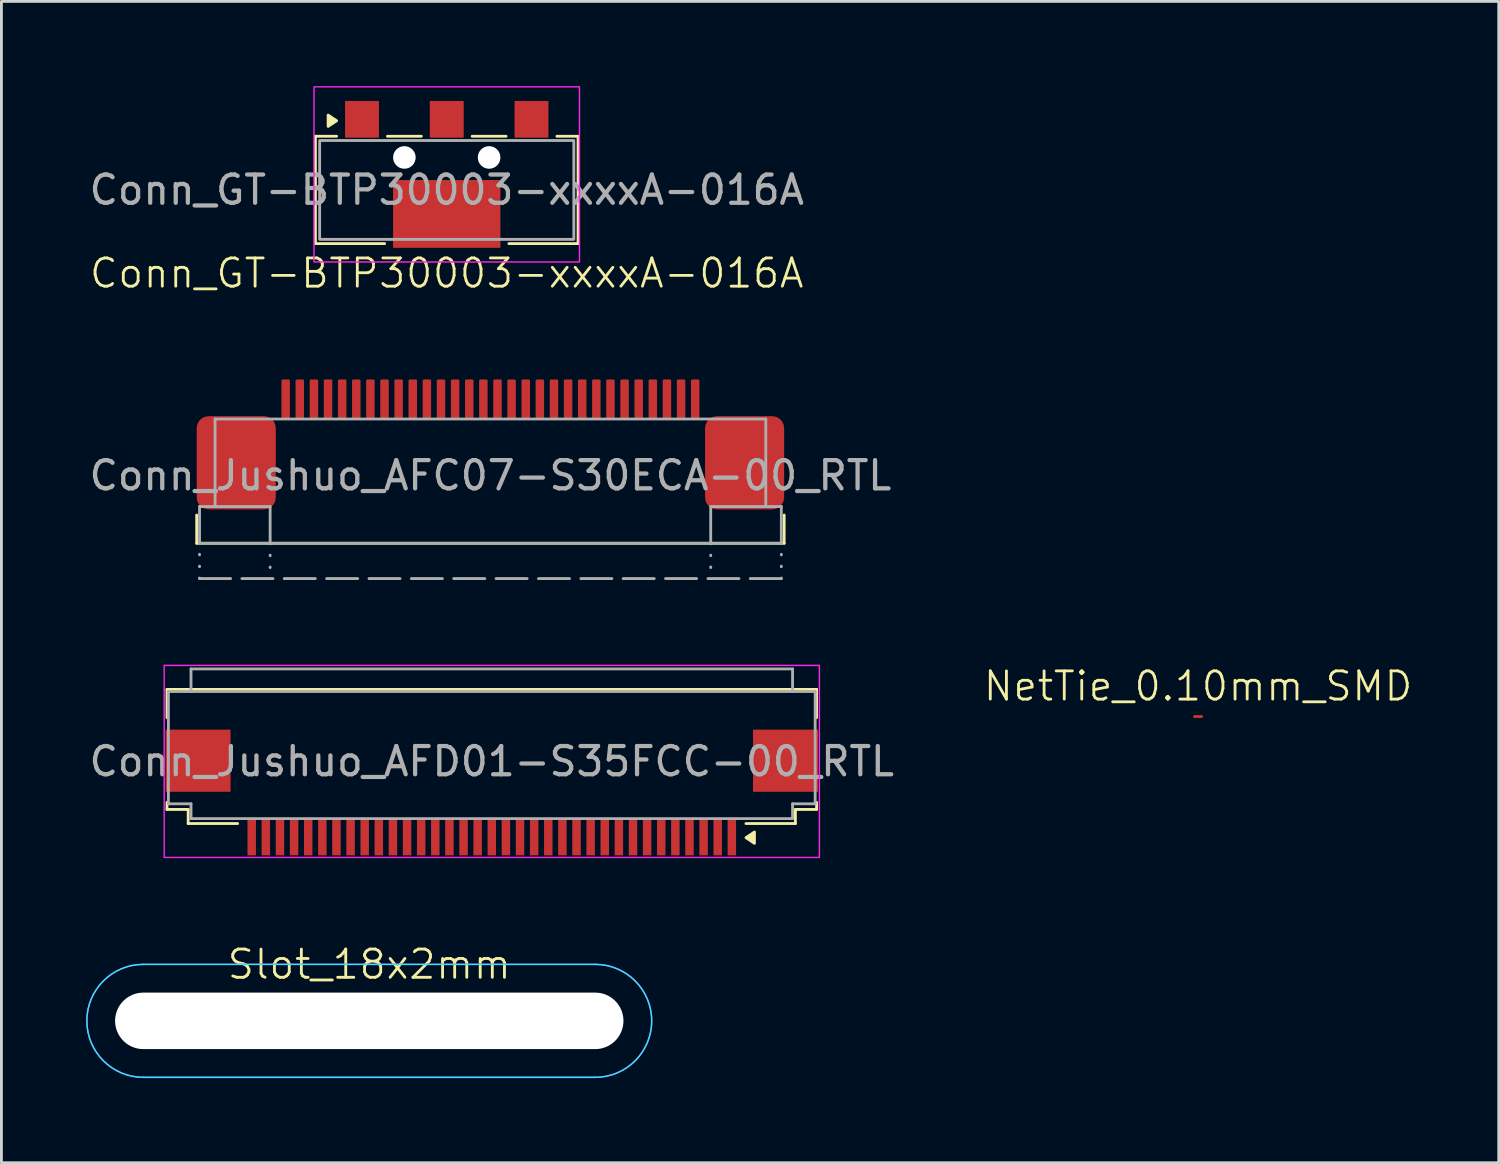
<source format=kicad_pcb>
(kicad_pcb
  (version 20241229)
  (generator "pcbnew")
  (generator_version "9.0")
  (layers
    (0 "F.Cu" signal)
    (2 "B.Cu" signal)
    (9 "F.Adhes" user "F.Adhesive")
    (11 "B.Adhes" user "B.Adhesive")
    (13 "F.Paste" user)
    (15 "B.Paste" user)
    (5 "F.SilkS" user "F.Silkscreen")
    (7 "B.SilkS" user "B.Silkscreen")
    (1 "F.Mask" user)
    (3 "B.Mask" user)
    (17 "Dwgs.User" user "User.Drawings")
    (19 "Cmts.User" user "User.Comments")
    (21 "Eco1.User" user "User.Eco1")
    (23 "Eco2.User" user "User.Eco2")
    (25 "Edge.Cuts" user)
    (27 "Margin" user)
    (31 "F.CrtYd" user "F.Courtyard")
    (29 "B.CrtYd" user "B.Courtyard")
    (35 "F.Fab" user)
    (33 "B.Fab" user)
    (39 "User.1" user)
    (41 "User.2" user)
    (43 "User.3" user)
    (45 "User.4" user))
  (footprint "Slot_18x2mm"
    (layer "F.Cu")
    (at 10.025 33.096)
    (property "Reference" "Slot_18x2mm" (at 0 -2 0) (unlocked yes) (layer "F.SilkS") (effects (font (size 1 1) (thickness 0.1))))
    (attr through_hole)
    (fp_line (start -8 -2) (end 8 -2) (stroke (width 0.05) (type solid)) (layer "B.CrtYd"))
    (fp_line (start 8 2) (end -8 2) (stroke (width 0.05) (type solid)) (layer "B.CrtYd"))
    (fp_arc (start -8 2) (mid -10 0) (end -8 -2) (stroke (width 0.05) (type solid)) (layer "B.CrtYd"))
    (fp_arc (start 8 -2) (mid 10 0) (end 8 2) (stroke (width 0.05) (type solid)) (layer "B.CrtYd"))
    (fp_line (start -8 -2) (end 8 -2) (stroke (width 0.05) (type default)) (layer "F.CrtYd"))
    (fp_line (start 8 2) (end -8 2) (stroke (width 0.05) (type default)) (layer "F.CrtYd"))
    (fp_arc (start -8 2) (mid -10 0) (end -8 -2) (stroke (width 0.05) (type default)) (layer "F.CrtYd"))
    (fp_arc (start 8 -2) (mid 10 0) (end 8 2) (stroke (width 0.05) (type default)) (layer "F.CrtYd"))
    (fp_text user "${REFERENCE}" (at 0 0 0) (unlocked yes) (layer "F.Fab") (effects (font (size 1 1) (thickness 0.15))))
    (pad "" np_thru_hole oval (at 0 0) (size 18 2) (drill oval 18 2) (layers "*.Cu" "*.Mask")))
  (footprint "Conn_GT-BTP30003-xxxxA-016A"
    (layer "F.Cu")
    (at 12.768 2.525)
    (property "Reference" "Conn_GT-BTP30003-xxxxA-016A" (at 0 4.1 0) (unlocked yes) (layer "F.SilkS") (effects (font (size 1 1) (thickness 0.1))))
    (attr smd)
    (fp_line (start -4.65 -0.75) (end -4.65 3.05) (stroke (width 0.1) (type default)) (layer "F.SilkS"))
    (fp_line (start -4.65 -0.75) (end -3.9 -0.75) (stroke (width 0.1) (type default)) (layer "F.SilkS"))
    (fp_line (start -4.65 3.05) (end -2.2 3.05) (stroke (width 0.1) (type default)) (layer "F.SilkS"))
    (fp_line (start -2.1 -0.75) (end -0.9 -0.75) (stroke (width 0.1) (type default)) (layer "F.SilkS"))
    (fp_line (start 0.9 -0.75) (end 2.1 -0.75) (stroke (width 0.1) (type default)) (layer "F.SilkS"))
    (fp_line (start 2.2 3.05) (end 4.65 3.05) (stroke (width 0.1) (type default)) (layer "F.SilkS"))
    (fp_line (start 3.9 -0.75) (end 4.65 -0.75) (stroke (width 0.1) (type default)) (layer "F.SilkS"))
    (fp_line (start 4.65 3.05) (end 4.65 -0.75) (stroke (width 0.1) (type default)) (layer "F.SilkS"))
    (fp_poly (pts (xy -4.2 -1.5) (xy -4.2 -1.1) (xy -3.9 -1.3)) (stroke (width 0.1) (type solid)) (fill yes) (layer "F.SilkS"))
    (fp_rect (start -4.7 -2.5) (end 4.7 3.7) (stroke (width 0.05) (type default)) (fill no) (layer "F.CrtYd"))
    (fp_rect (start -4.5 -0.6) (end 4.5 2.9) (stroke (width 0.1) (type default)) (fill no) (layer "F.Fab"))
    (fp_text user "${REFERENCE}" (at 0 1.15 0) (unlocked yes) (layer "F.Fab") (effects (font (size 1 1) (thickness 0.15))))
    (pad "" np_thru_hole circle (at -1.5 0) (size 0.8 0.8) (drill 0.8) (layers "*.Cu" "*.Mask"))
    (pad "" np_thru_hole circle (at 1.5 0) (size 0.8 0.8) (drill 0.8) (layers "*.Cu" "*.Mask"))
    (pad "1" smd rect (at -3 -1.35) (size 1.2 1.3) (layers "F.Cu" "F.Mask" "F.Paste"))
    (pad "2" smd rect (at 0 -1.35) (size 1.2 1.3) (layers "F.Cu" "F.Mask" "F.Paste"))
    (pad "3" smd rect (at 3 -1.35) (size 1.2 1.3) (layers "F.Cu" "F.Mask" "F.Paste"))
    (pad "MP" smd rect (at 0 2) (size 3.8 2.4) (layers "F.Cu" "F.Mask" "F.Paste")))
  (footprint "NetTie_0.10mm_SMD"
    (layer "F.Cu")
    (at 39.371 22.321)
    (property "Reference" "NetTie_0.10mm_SMD" (at 0 -1.075 0) (unlocked yes) (layer "F.SilkS") (effects (font (size 1 1) (thickness 0.1))))
    (attr smd exclude_from_bom allow_missing_courtyard)
    (fp_rect (start -0.125 -0.05) (end 0.125 0.05) (stroke (width 0) (type solid)) (fill yes) (layer "F.Cu"))
    (pad "1" smd circle (at -0.125 0) (size 0.1 0.1) (layers "F.Cu"))
    (pad "2" smd circle (at 0.125 0) (size 0.1 0.1) (layers "F.Cu")))
  (footprint "Conn_Jushuo_AFC07-S30ECA-00_RTL"
    (layer "F.Cu")
    (at 14.315 11.786)
    (property "Reference" "Conn_Jushuo_AFC07-S30ECA-00_RTL" (at 0 2 0) (unlocked yes) (layer "F.SilkS") (effects (font (size 1 1) (thickness 0.1))))
    (attr smd)
    (fp_line (start -10.4 3.4) (end -10.4 4.4) (stroke (width 0.1) (type default)) (layer "F.SilkS"))
    (fp_line (start -10.4 4.4) (end 10.4 4.4) (stroke (width 0.1) (type default)) (layer "F.SilkS"))
    (fp_line (start 10.4 3.4) (end 10.4 4.4) (stroke (width 0.1) (type default)) (layer "F.SilkS"))
    (fp_line (start -10.3 3.1) (end -9.75 3.1) (stroke (width 0.1) (type default)) (layer "F.Fab"))
    (fp_line (start -10.3 4.4) (end -10.3 3.1) (stroke (width 0.1) (type default)) (layer "F.Fab"))
    (fp_line (start -10.3 5.65) (end -10.3 4.4) (stroke (width 0.1) (type dot)) (layer "F.Fab"))
    (fp_line (start -10.3 5.65) (end 10.3 5.65) (stroke (width 0.1) (type dash)) (layer "F.Fab"))
    (fp_line (start -9.75 0) (end -9.75 3.1) (stroke (width 0.1) (type default)) (layer "F.Fab"))
    (fp_line (start -9.75 0) (end 9.75 0) (stroke (width 0.1) (type solid)) (layer "F.Fab"))
    (fp_line (start -7.8 3.1) (end -9.75 3.1) (stroke (width 0.1) (type default)) (layer "F.Fab"))
    (fp_line (start -7.8 4.4) (end -10.3 4.4) (stroke (width 0.1) (type default)) (layer "F.Fab"))
    (fp_line (start -7.8 4.4) (end -7.8 3.1) (stroke (width 0.1) (type default)) (layer "F.Fab"))
    (fp_line (start -7.8 4.4) (end -7.8 5.65) (stroke (width 0.1) (type dot)) (layer "F.Fab"))
    (fp_line (start -7.8 4.4) (end 7.8 4.4) (stroke (width 0.1) (type solid)) (layer "F.Fab"))
    (fp_line (start 7.8 3.1) (end 7.8 4.4) (stroke (width 0.1) (type default)) (layer "F.Fab"))
    (fp_line (start 7.8 4.4) (end 7.8 5.65) (stroke (width 0.1) (type dot)) (layer "F.Fab"))
    (fp_line (start 7.8 4.4) (end 10.3 4.4) (stroke (width 0.1) (type default)) (layer "F.Fab"))
    (fp_line (start 9.75 0) (end 9.75 3.1) (stroke (width 0.1) (type default)) (layer "F.Fab"))
    (fp_line (start 9.75 3.1) (end 7.8 3.1) (stroke (width 0.1) (type default)) (layer "F.Fab"))
    (fp_line (start 10.3 3.1) (end 9.75 3.1) (stroke (width 0.1) (type default)) (layer "F.Fab"))
    (fp_line (start 10.3 4.4) (end 10.3 3.1) (stroke (width 0.1) (type default)) (layer "F.Fab"))
    (fp_line (start 10.3 5.65) (end 10.3 4.4) (stroke (width 0.1) (type dot)) (layer "F.Fab"))
    (fp_text user "${REFERENCE}" (at 0 2 0) (unlocked yes) (layer "F.Fab") (effects (font (size 1 1) (thickness 0.15))))
    (pad "1" smd roundrect (at 7.25 -0.7) (size 0.3 1.4) (layers "F.Cu" "F.Mask" "F.Paste") (roundrect_rratio 0.15))
    (pad "2" smd roundrect (at 6.75 -0.7) (size 0.3 1.4) (layers "F.Cu" "F.Mask" "F.Paste") (roundrect_rratio 0.15))
    (pad "3" smd roundrect (at 6.25 -0.7) (size 0.3 1.4) (layers "F.Cu" "F.Mask" "F.Paste") (roundrect_rratio 0.15))
    (pad "4" smd roundrect (at 5.75 -0.7) (size 0.3 1.4) (layers "F.Cu" "F.Mask" "F.Paste") (roundrect_rratio 0.15))
    (pad "5" smd roundrect (at 5.25 -0.7) (size 0.3 1.4) (layers "F.Cu" "F.Mask" "F.Paste") (roundrect_rratio 0.15))
    (pad "6" smd roundrect (at 4.75 -0.7) (size 0.3 1.4) (layers "F.Cu" "F.Mask" "F.Paste") (roundrect_rratio 0.15))
    (pad "7" smd roundrect (at 4.25 -0.7) (size 0.3 1.4) (layers "F.Cu" "F.Mask" "F.Paste") (roundrect_rratio 0.15))
    (pad "8" smd roundrect (at 3.75 -0.7) (size 0.3 1.4) (layers "F.Cu" "F.Mask" "F.Paste") (roundrect_rratio 0.15))
    (pad "9" smd roundrect (at 3.25 -0.7) (size 0.3 1.4) (layers "F.Cu" "F.Mask" "F.Paste") (roundrect_rratio 0.15))
    (pad "10" smd roundrect (at 2.75 -0.7) (size 0.3 1.4) (layers "F.Cu" "F.Mask" "F.Paste") (roundrect_rratio 0.15))
    (pad "11" smd roundrect (at 2.25 -0.7) (size 0.3 1.4) (layers "F.Cu" "F.Mask" "F.Paste") (roundrect_rratio 0.15))
    (pad "12" smd roundrect (at 1.75 -0.7) (size 0.3 1.4) (layers "F.Cu" "F.Mask" "F.Paste") (roundrect_rratio 0.15))
    (pad "13" smd roundrect (at 1.25 -0.7) (size 0.3 1.4) (layers "F.Cu" "F.Mask" "F.Paste") (roundrect_rratio 0.15))
    (pad "14" smd roundrect (at 0.75 -0.7) (size 0.3 1.4) (layers "F.Cu" "F.Mask" "F.Paste") (roundrect_rratio 0.15))
    (pad "15" smd roundrect (at 0.25 -0.7) (size 0.3 1.4) (layers "F.Cu" "F.Mask" "F.Paste") (roundrect_rratio 0.15))
    (pad "16" smd roundrect (at -0.25 -0.7) (size 0.3 1.4) (layers "F.Cu" "F.Mask" "F.Paste") (roundrect_rratio 0.15))
    (pad "17" smd roundrect (at -0.75 -0.7) (size 0.3 1.4) (layers "F.Cu" "F.Mask" "F.Paste") (roundrect_rratio 0.15))
    (pad "18" smd roundrect (at -1.25 -0.7) (size 0.3 1.4) (layers "F.Cu" "F.Mask" "F.Paste") (roundrect_rratio 0.15))
    (pad "19" smd roundrect (at -1.75 -0.7) (size 0.3 1.4) (layers "F.Cu" "F.Mask" "F.Paste") (roundrect_rratio 0.15))
    (pad "20" smd roundrect (at -2.25 -0.7) (size 0.3 1.4) (layers "F.Cu" "F.Mask" "F.Paste") (roundrect_rratio 0.15))
    (pad "21" smd roundrect (at -2.75 -0.7) (size 0.3 1.4) (layers "F.Cu" "F.Mask" "F.Paste") (roundrect_rratio 0.15))
    (pad "22" smd roundrect (at -3.25 -0.7) (size 0.3 1.4) (layers "F.Cu" "F.Mask" "F.Paste") (roundrect_rratio 0.15))
    (pad "23" smd roundrect (at -3.75 -0.7) (size 0.3 1.4) (layers "F.Cu" "F.Mask" "F.Paste") (roundrect_rratio 0.15))
    (pad "24" smd roundrect (at -4.25 -0.7) (size 0.3 1.4) (layers "F.Cu" "F.Mask" "F.Paste") (roundrect_rratio 0.15))
    (pad "25" smd roundrect (at -4.75 -0.7) (size 0.3 1.4) (layers "F.Cu" "F.Mask" "F.Paste") (roundrect_rratio 0.15))
    (pad "26" smd roundrect (at -5.25 -0.7) (size 0.3 1.4) (layers "F.Cu" "F.Mask" "F.Paste") (roundrect_rratio 0.15))
    (pad "27" smd roundrect (at -5.75 -0.7) (size 0.3 1.4) (layers "F.Cu" "F.Mask" "F.Paste") (roundrect_rratio 0.15))
    (pad "28" smd roundrect (at -6.25 -0.7) (size 0.3 1.4) (layers "F.Cu" "F.Mask" "F.Paste") (roundrect_rratio 0.15))
    (pad "29" smd roundrect (at -6.75 -0.7) (size 0.3 1.4) (layers "F.Cu" "F.Mask" "F.Paste") (roundrect_rratio 0.15))
    (pad "30" smd roundrect (at -7.25 -0.7) (size 0.3 1.4) (layers "F.Cu" "F.Mask" "F.Paste") (roundrect_rratio 0.15))
    (pad "MP" smd roundrect (at -9 1.55) (size 2.8 3.3) (layers "F.Cu" "F.Mask" "F.Paste") (roundrect_rratio 0.15))
    (pad "MP" smd roundrect (at 9 1.55) (size 2.8 3.3) (layers "F.Cu" "F.Mask" "F.Paste") (roundrect_rratio 0.15)))
  (footprint "Conn_Jushuo_AFD01-S35FCC-00_RTL"
    (layer "F.Cu")
    (at 14.363 26.61)
    (property "Reference" "Conn_Jushuo_AFD01-S35FCC-00_RTL" (at 0 -2.7 0) (unlocked yes) (layer "F.SilkS") (effects (font (size 1 1) (thickness 0.1))))
    (attr smd)
    (fp_line (start -11.5 -5.25) (end 11.5 -5.25) (stroke (width 0.1) (type default)) (layer "F.SilkS"))
    (fp_line (start -11.5 -4.25) (end -11.5 -5.25) (stroke (width 0.1) (type default)) (layer "F.SilkS"))
    (fp_line (start -11.5 -1.25) (end -11.5 -1) (stroke (width 0.1) (type default)) (layer "F.SilkS"))
    (fp_line (start -11.5 -1) (end -10.75 -1) (stroke (width 0.1) (type default)) (layer "F.SilkS"))
    (fp_line (start -10.75 -1) (end -10.75 -0.5) (stroke (width 0.1) (type default)) (layer "F.SilkS"))
    (fp_line (start -10.75 -0.5) (end -9 -0.5) (stroke (width 0.1) (type default)) (layer "F.SilkS"))
    (fp_line (start 10.75 -1) (end 10.75 -0.5) (stroke (width 0.1) (type default)) (layer "F.SilkS"))
    (fp_line (start 10.75 -0.5) (end 9 -0.5) (stroke (width 0.1) (type default)) (layer "F.SilkS"))
    (fp_line (start 11.5 -5.25) (end 11.5 -4.25) (stroke (width 0.1) (type default)) (layer "F.SilkS"))
    (fp_line (start 11.5 -1.25) (end 11.5 -1) (stroke (width 0.1) (type default)) (layer "F.SilkS"))
    (fp_line (start 11.5 -1) (end 10.75 -1) (stroke (width 0.1) (type default)) (layer "F.SilkS"))
    (fp_poly (pts (xy 9 0) (xy 9.3 0.2) (xy 9.3 -0.2)) (stroke (width 0.1) (type solid)) (fill yes) (layer "F.SilkS"))
    (fp_rect (start -11.6 -6.1) (end 11.6 0.7) (stroke (width 0.05) (type default)) (fill no) (layer "F.CrtYd"))
    (fp_line (start -11.45 -5.175) (end 11.45 -5.175) (stroke (width 0.1) (type default)) (layer "F.Fab"))
    (fp_line (start -11.45 -1.2) (end -11.45 -5.175) (stroke (width 0.1) (type default)) (layer "F.Fab"))
    (fp_line (start -10.65 -5.975) (end -10.65 -5.175) (stroke (width 0.1) (type default)) (layer "F.Fab"))
    (fp_line (start -10.65 -1.2) (end -11.45 -1.2) (stroke (width 0.1) (type default)) (layer "F.Fab"))
    (fp_line (start -10.65 -1.2) (end -10.65 -0.675) (stroke (width 0.1) (type default)) (layer "F.Fab"))
    (fp_line (start -10.65 -0.675) (end 10.65 -0.675) (stroke (width 0.1) (type default)) (layer "F.Fab"))
    (fp_line (start 10.65 -5.975) (end -10.65 -5.975) (stroke (width 0.1) (type default)) (layer "F.Fab"))
    (fp_line (start 10.65 -5.975) (end 10.65 -5.175) (stroke (width 0.1) (type default)) (layer "F.Fab"))
    (fp_line (start 10.65 -1.2) (end 10.65 -0.675) (stroke (width 0.1) (type default)) (layer "F.Fab"))
    (fp_line (start 11.45 -1.2) (end 10.65 -1.2) (stroke (width 0.1) (type default)) (layer "F.Fab"))
    (fp_line (start 11.45 -1.2) (end 11.45 -5.175) (stroke (width 0.1) (type default)) (layer "F.Fab"))
    (fp_text user "${REFERENCE}" (at 0 -2.7 0) (unlocked yes) (layer "F.Fab") (effects (font (size 1 1) (thickness 0.15))))
    (pad "1" smd rect (at 8.5 0) (size 0.3 1.25) (layers "F.Cu" "F.Mask" "F.Paste"))
    (pad "2" smd rect (at 8 0) (size 0.3 1.25) (layers "F.Cu" "F.Mask" "F.Paste"))
    (pad "3" smd rect (at 7.5 0) (size 0.3 1.25) (layers "F.Cu" "F.Mask" "F.Paste"))
    (pad "4" smd rect (at 7 0) (size 0.3 1.25) (layers "F.Cu" "F.Mask" "F.Paste"))
    (pad "5" smd rect (at 6.5 0) (size 0.3 1.25) (layers "F.Cu" "F.Mask" "F.Paste"))
    (pad "6" smd rect (at 6 0) (size 0.3 1.25) (layers "F.Cu" "F.Mask" "F.Paste"))
    (pad "7" smd rect (at 5.5 0) (size 0.3 1.25) (layers "F.Cu" "F.Mask" "F.Paste"))
    (pad "8" smd rect (at 5 0) (size 0.3 1.25) (layers "F.Cu" "F.Mask" "F.Paste"))
    (pad "9" smd rect (at 4.5 0) (size 0.3 1.25) (layers "F.Cu" "F.Mask" "F.Paste"))
    (pad "10" smd rect (at 4 0) (size 0.3 1.25) (layers "F.Cu" "F.Mask" "F.Paste"))
    (pad "11" smd rect (at 3.5 0) (size 0.3 1.25) (layers "F.Cu" "F.Mask" "F.Paste"))
    (pad "12" smd rect (at 3 0) (size 0.3 1.25) (layers "F.Cu" "F.Mask" "F.Paste"))
    (pad "13" smd rect (at 2.5 0) (size 0.3 1.25) (layers "F.Cu" "F.Mask" "F.Paste"))
    (pad "14" smd rect (at 2 0) (size 0.3 1.25) (layers "F.Cu" "F.Mask" "F.Paste"))
    (pad "15" smd rect (at 1.5 0) (size 0.3 1.25) (layers "F.Cu" "F.Mask" "F.Paste"))
    (pad "16" smd rect (at 1 0) (size 0.3 1.25) (layers "F.Cu" "F.Mask" "F.Paste"))
    (pad "17" smd rect (at 0.5 0) (size 0.3 1.25) (layers "F.Cu" "F.Mask" "F.Paste"))
    (pad "18" smd rect (at 0 0) (size 0.3 1.25) (layers "F.Cu" "F.Mask" "F.Paste"))
    (pad "19" smd rect (at -0.5 0) (size 0.3 1.25) (layers "F.Cu" "F.Mask" "F.Paste"))
    (pad "20" smd rect (at -1 0) (size 0.3 1.25) (layers "F.Cu" "F.Mask" "F.Paste"))
    (pad "21" smd rect (at -1.5 0) (size 0.3 1.25) (layers "F.Cu" "F.Mask" "F.Paste"))
    (pad "22" smd rect (at -2 0) (size 0.3 1.25) (layers "F.Cu" "F.Mask" "F.Paste"))
    (pad "23" smd rect (at -2.5 0) (size 0.3 1.25) (layers "F.Cu" "F.Mask" "F.Paste"))
    (pad "24" smd rect (at -3 0) (size 0.3 1.25) (layers "F.Cu" "F.Mask" "F.Paste"))
    (pad "25" smd rect (at -3.5 0) (size 0.3 1.25) (layers "F.Cu" "F.Mask" "F.Paste"))
    (pad "26" smd rect (at -4 0) (size 0.3 1.25) (layers "F.Cu" "F.Mask" "F.Paste"))
    (pad "27" smd rect (at -4.5 0) (size 0.3 1.25) (layers "F.Cu" "F.Mask" "F.Paste"))
    (pad "28" smd rect (at -5 0) (size 0.3 1.25) (layers "F.Cu" "F.Mask" "F.Paste"))
    (pad "29" smd rect (at -5.5 0) (size 0.3 1.25) (layers "F.Cu" "F.Mask" "F.Paste"))
    (pad "30" smd rect (at -6 0) (size 0.3 1.25) (layers "F.Cu" "F.Mask" "F.Paste"))
    (pad "31" smd rect (at -6.5 0) (size 0.3 1.25) (layers "F.Cu" "F.Mask" "F.Paste"))
    (pad "32" smd rect (at -7 0) (size 0.3 1.25) (layers "F.Cu" "F.Mask" "F.Paste"))
    (pad "33" smd rect (at -7.5 0) (size 0.3 1.25) (layers "F.Cu" "F.Mask" "F.Paste"))
    (pad "34" smd rect (at -8 0) (size 0.3 1.25) (layers "F.Cu" "F.Mask" "F.Paste"))
    (pad "35" smd rect (at -8.5 0) (size 0.3 1.25) (layers "F.Cu" "F.Mask" "F.Paste"))
    (pad "MP" smd rect (at -10.4 -2.725) (size 2.3 2.2) (layers "F.Cu" "F.Mask" "F.Paste"))
    (pad "MP" smd rect (at 10.4 -2.725) (size 2.3 2.2) (layers "F.Cu" "F.Mask" "F.Paste")))
  (gr_rect
    (start -3 -3)
    (end 50.017 38.121)
    (stroke (width 0.1) (type default))
    (fill no)
    (layer "Edge.Cuts")))
</source>
